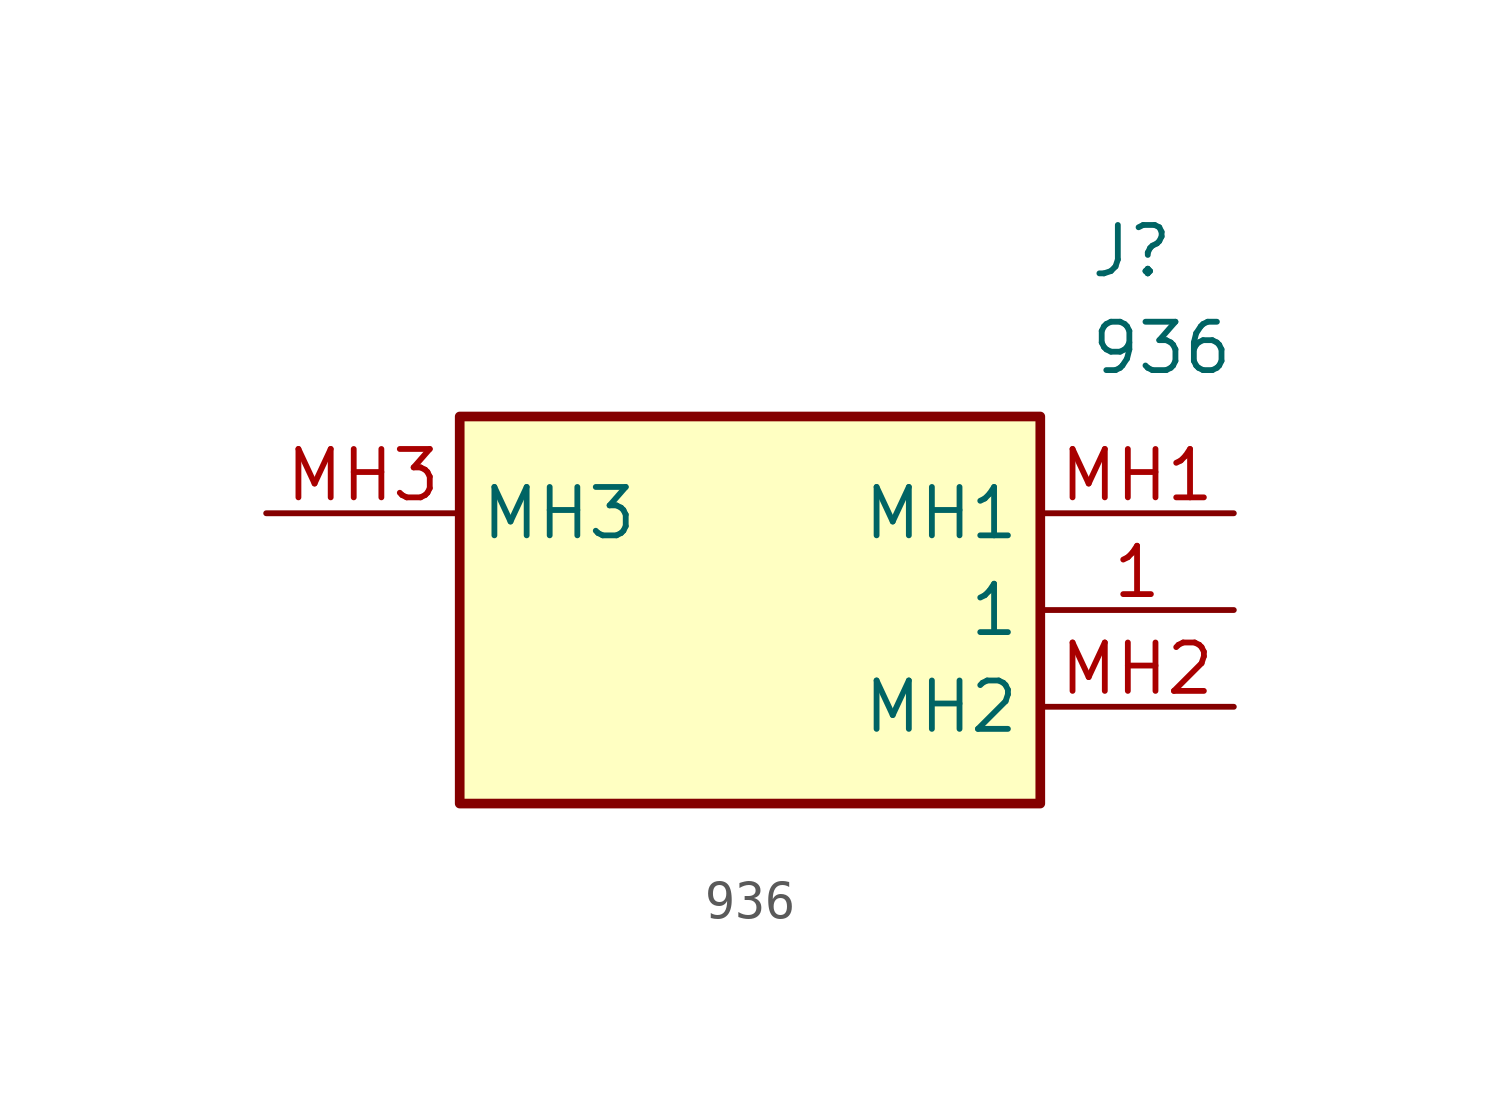
<source format=kicad_sym>
(kicad_symbol_lib
  (version 20211014)
  (generator SamacSys_ECAD_Model)
  (symbol "936"
    (property "Reference" "J"
      (at 21.59 7.62 0)
      (effects (font (size 1.27 1.27)) (justify left top)))
    (property "Value" "936"
      (at 21.59 5.08 0)
      (effects (font (size 1.27 1.27)) (justify left top)))
    (rectangle
      (start 5.08 2.54)
      (end 20.32 -7.62)
      (stroke (width 0.254) (type default))
      (fill (type background)))
    (pin passive line
      (at 25.4 -2.54 180)
      (length 5.08)
      (name "1" (effects (font (size 1.27 1.27))))
      (number "1" (effects (font (size 1.27 1.27)))))
    (pin passive line
      (at 25.4 0 180)
      (length 5.08)
      (name "MH1" (effects (font (size 1.27 1.27))))
      (number "MH1" (effects (font (size 1.27 1.27)))))
    (pin passive line
      (at 25.4 -5.08 180)
      (length 5.08)
      (name "MH2" (effects (font (size 1.27 1.27))))
      (number "MH2" (effects (font (size 1.27 1.27)))))
    (pin passive line
      (at 0 0 0)
      (length 5.08)
      (name "MH3" (effects (font (size 1.27 1.27))))
      (number "MH3" (effects (font (size 1.27 1.27)))))))
</source>
